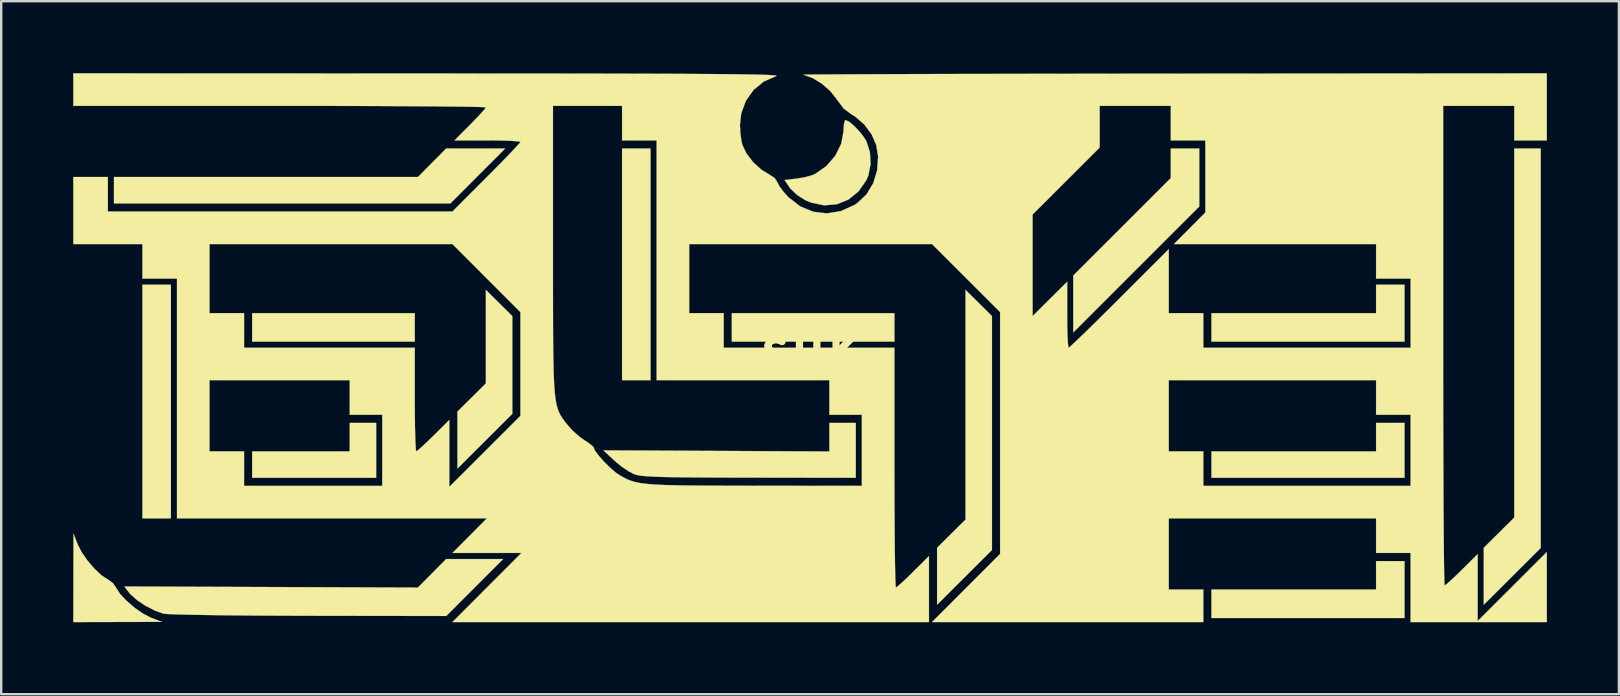
<source format=kicad_pcb>
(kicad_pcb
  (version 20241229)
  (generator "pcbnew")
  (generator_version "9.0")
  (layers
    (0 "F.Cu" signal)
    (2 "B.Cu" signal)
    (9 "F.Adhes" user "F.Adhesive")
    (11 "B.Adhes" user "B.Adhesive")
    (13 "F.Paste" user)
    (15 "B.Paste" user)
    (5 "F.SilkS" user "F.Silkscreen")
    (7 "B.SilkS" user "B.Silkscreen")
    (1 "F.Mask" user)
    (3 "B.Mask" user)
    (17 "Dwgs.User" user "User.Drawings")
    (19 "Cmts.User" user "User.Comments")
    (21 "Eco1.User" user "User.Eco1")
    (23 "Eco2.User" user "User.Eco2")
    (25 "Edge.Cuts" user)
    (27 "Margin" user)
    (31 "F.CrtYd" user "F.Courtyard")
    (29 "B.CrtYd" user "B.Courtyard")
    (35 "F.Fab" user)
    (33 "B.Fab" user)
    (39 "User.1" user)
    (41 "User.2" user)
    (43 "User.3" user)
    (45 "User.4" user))
  (footprint "silk"
    (layer "F.Cu")
    (at 30.654 11.435)
    (property "Reference" "silk" (at 0 0 0) (layer "F.SilkS") (effects (font (size 1.524 1.524) (thickness 0.3))))
    (attr through_hole)
    (fp_poly (pts (xy -26.585 7.112) (xy -27.771 7.112) (xy -27.771 -2.625) (xy -26.585 -2.625) (xy -26.585 7.112)) (stroke (width 0.01) (type solid)) (fill yes) (layer "F.SilkS"))
    (fp_poly (pts (xy -16.425 -0.254) (xy -23.199 -0.254) (xy -23.199 -1.439) (xy -16.425 -1.439) (xy -16.425 -0.254)) (stroke (width 0.01) (type solid)) (fill yes) (layer "F.SilkS"))
    (fp_poly (pts (xy -6.604 1.355) (xy -7.789 1.355) (xy -7.789 -8.297) (xy -6.604 -8.297) (xy -6.604 1.355)) (stroke (width 0.01) (type solid)) (fill yes) (layer "F.SilkS"))
    (fp_poly (pts (xy 3.556 -0.254) (xy -3.217 -0.254) (xy -3.217 -1.439) (xy 3.556 -1.439) (xy 3.556 -0.254)) (stroke (width 0.01) (type solid)) (fill yes) (layer "F.SilkS"))
    (fp_poly (pts (xy -18.034 5.419) (xy -23.199 5.419) (xy -23.199 4.318) (xy -19.135 4.318) (xy -19.135 3.133) (xy -18.034 3.133) (xy -18.034 5.419)) (stroke (width 0.01) (type solid)) (fill yes) (layer "F.SilkS"))
    (fp_poly (pts (xy 24.807 -0.254) (xy 16.764 -0.254) (xy 16.764 -1.439) (xy 23.622 -1.439) (xy 23.622 -2.625) (xy 24.807 -2.625) (xy 24.807 -0.254)) (stroke (width 0.01) (type solid)) (fill yes) (layer "F.SilkS"))
    (fp_poly (pts (xy 24.807 5.419) (xy 16.764 5.419) (xy 16.764 4.318) (xy 23.622 4.318) (xy 23.622 3.133) (xy 24.807 3.133) (xy 24.807 5.419)) (stroke (width 0.01) (type solid)) (fill yes) (layer "F.SilkS"))
    (fp_poly (pts (xy 24.807 11.261) (xy 16.764 11.261) (xy 16.764 10.075) (xy 23.622 10.075) (xy 23.622 8.89) (xy 24.807 8.89) (xy 24.807 11.261)) (stroke (width 0.01) (type solid)) (fill yes) (layer "F.SilkS"))
    (fp_poly (pts (xy -13.801 -7.154) (xy -14.941 -6.011) (xy -28.956 -6.011) (xy -28.956 -7.112) (xy -16.294 -7.112) (xy -15.118 -8.297) (xy -12.66 -8.297) (xy -13.801 -7.154)) (stroke (width 0.01) (type solid)) (fill yes) (layer "F.SilkS"))
    (fp_poly (pts (xy 16.256 -5.883) (xy 13.631 -3.26) (xy 11.007 -0.636) (xy 11.007 -3.007) (xy 15.071 -7.068) (xy 15.071 -8.297) (xy 16.256 -8.297) (xy 16.256 -5.883)) (stroke (width 0.01) (type solid)) (fill yes) (layer "F.SilkS"))
    (fp_poly (pts (xy 30.48 8.342) (xy 29.295 9.525) (xy 28.109 10.708) (xy 28.109 8.335) (xy 29.379 7.074) (xy 29.379 -8.297) (xy 30.48 -8.297) (xy 30.48 8.342)) (stroke (width 0.01) (type solid)) (fill yes) (layer "F.SilkS"))
    (fp_poly (pts (xy -12.912 -1.863) (xy -12.361 -1.317) (xy -12.361 2.754) (xy -13.504 3.895) (xy -14.647 5.035) (xy -14.647 2.662) (xy -14.055 2.074) (xy -13.462 1.486) (xy -13.462 -2.408) (xy -12.912 -1.863)) (stroke (width 0.01) (type solid)) (fill yes) (layer "F.SilkS"))
    (fp_poly (pts (xy 7.07 -1.863) (xy 7.62 -1.317) (xy 7.62 8.427) (xy 6.477 9.567) (xy 5.334 10.708) (xy 5.334 8.335) (xy 5.927 7.747) (xy 6.519 7.159) (xy 6.519 -2.408) (xy 7.07 -1.863)) (stroke (width 0.01) (type solid)) (fill yes) (layer "F.SilkS"))
    (fp_poly (pts (xy -30.47 8.191) (xy -30.303 8.518) (xy -30.058 8.871) (xy -29.772 9.205) (xy -29.483 9.478) (xy -29.229 9.644) (xy -29.219 9.648) (xy -29.001 9.806) (xy -28.868 9.999) (xy -28.708 10.251) (xy -28.439 10.539) (xy -28.107 10.825) (xy -27.754 11.073) (xy -27.425 11.245) (xy -27.41 11.251) (xy -26.966 11.421) (xy -30.649 11.43) (xy -30.645 9.588) (xy -30.641 7.747) (xy -30.47 8.191)) (stroke (width 0.01) (type solid)) (fill yes) (layer "F.SilkS"))
    (fp_poly (pts (xy 1.947 5.419) (xy -2.477 5.412) (xy -3.483 5.41) (xy -4.333 5.406) (xy -5.043 5.401) (xy -5.626 5.394) (xy -6.095 5.385) (xy -6.465 5.372) (xy -6.751 5.356) (xy -6.965 5.337) (xy -7.123 5.313) (xy -7.237 5.285) (xy -7.266 5.276) (xy -7.515 5.151) (xy -7.815 4.947) (xy -8.099 4.711) (xy -8.567 4.276) (xy 0.847 4.323) (xy 0.847 3.133) (xy 1.947 3.133) (xy 1.947 5.419)) (stroke (width 0.01) (type solid)) (fill yes) (layer "F.SilkS"))
    (fp_poly (pts (xy -13.928 9.991) (xy -15.111 11.176) (xy -20.827 11.167) (xy -21.805 11.164) (xy -22.741 11.16) (xy -23.619 11.153) (xy -24.424 11.145) (xy -25.142 11.135) (xy -25.758 11.124) (xy -26.256 11.112) (xy -26.622 11.1) (xy -26.841 11.086) (xy -26.889 11.08) (xy -27.243 10.957) (xy -27.633 10.756) (xy -27.997 10.513) (xy -28.275 10.266) (xy -28.329 10.202) (xy -28.522 9.948) (xy -16.296 9.993) (xy -15.707 9.399) (xy -15.118 8.805) (xy -12.745 8.805) (xy -13.928 9.991)) (stroke (width 0.01) (type solid)) (fill yes) (layer "F.SilkS"))
    (fp_poly (pts (xy 1.663 -9.42) (xy 1.861 -9.257) (xy 2.077 -9.033) (xy 2.272 -8.789) (xy 2.389 -8.602) (xy 2.535 -8.154) (xy 2.564 -7.657) (xy 2.474 -7.181) (xy 2.392 -6.985) (xy 2.062 -6.512) (xy 1.644 -6.173) (xy 1.161 -5.977) (xy 0.637 -5.93) (xy 0.094 -6.041) (xy -0.156 -6.147) (xy -0.494 -6.361) (xy -0.761 -6.613) (xy -0.809 -6.677) (xy -1.019 -6.985) (xy -0.517 -7.043) (xy -0.194 -7.097) (xy 0.099 -7.175) (xy 0.237 -7.23) (xy 0.717 -7.562) (xy 1.091 -7.992) (xy 1.338 -8.489) (xy 1.437 -9.022) (xy 1.439 -9.081) (xy 1.454 -9.315) (xy 1.494 -9.46) (xy 1.521 -9.483) (xy 1.663 -9.42)) (stroke (width 0.01) (type solid)) (fill yes) (layer "F.SilkS"))
    (fp_poly (pts (xy 30.734 -8.636) (xy 29.379 -8.636) (xy 29.379 -10.075) (xy 26.416 -10.075) (xy 26.416 -0.085) (xy 26.417 1.201) (xy 26.418 2.438) (xy 26.42 3.617) (xy 26.424 4.727) (xy 26.428 5.758) (xy 26.432 6.699) (xy 26.438 7.539) (xy 26.444 8.269) (xy 26.45 8.878) (xy 26.457 9.356) (xy 26.465 9.691) (xy 26.473 9.874) (xy 26.478 9.906) (xy 26.559 9.85) (xy 26.732 9.697) (xy 26.971 9.473) (xy 27.197 9.252) (xy 27.855 8.598) (xy 27.855 11.386) (xy 29.295 9.948) (xy 30.734 8.511) (xy 30.734 11.43) (xy 25.061 11.43) (xy 25.061 8.551) (xy 23.622 8.551) (xy 23.622 7.112) (xy 14.986 7.112) (xy 14.986 10.075) (xy 16.425 10.075) (xy 16.425 11.43) (xy 5.124 11.43) (xy 6.541 10.011) (xy 7.959 8.592) (xy 7.959 1.355) (xy 14.986 1.355) (xy 14.986 4.318) (xy 16.425 4.318) (xy 16.425 5.757) (xy 25.061 5.757) (xy 25.061 2.794) (xy 23.622 2.794) (xy 23.622 1.355) (xy 14.986 1.355) (xy 7.959 1.355) (xy 7.959 -1.484) (xy 6.54 -2.901) (xy 5.121 -4.318) (xy 0.063 -4.318) (xy -4.995 -4.318) (xy -4.995 -1.439) (xy -3.556 -1.439) (xy -3.556 0) (xy 3.556 0) (xy 3.556 4.995) (xy 3.557 5.898) (xy 3.56 6.747) (xy 3.565 7.53) (xy 3.571 8.231) (xy 3.578 8.835) (xy 3.587 9.328) (xy 3.597 9.695) (xy 3.607 9.92) (xy 3.618 9.991) (xy 3.699 9.934) (xy 3.872 9.782) (xy 4.111 9.558) (xy 4.337 9.336) (xy 4.995 8.682) (xy 4.995 11.43) (xy -14.857 11.43) (xy -13.42 9.991) (xy -11.982 8.551) (xy -14.855 8.551) (xy -14.139 7.832) (xy -13.423 7.112) (xy -26.331 7.112) (xy -26.331 1.355) (xy -24.977 1.355) (xy -24.977 4.318) (xy -23.537 4.318) (xy -23.537 5.757) (xy -17.78 5.757) (xy -17.78 2.794) (xy -19.135 2.794) (xy -19.135 1.355) (xy -24.977 1.355) (xy -26.331 1.355) (xy -26.331 -2.879) (xy -27.771 -2.879) (xy -27.771 -4.318) (xy -24.977 -4.318) (xy -24.977 -1.439) (xy -23.537 -1.439) (xy -23.537 0) (xy -16.425 0) (xy -16.425 2.159) (xy -16.423 2.744) (xy -16.417 3.268) (xy -16.406 3.71) (xy -16.394 4.047) (xy -16.378 4.257) (xy -16.364 4.318) (xy -16.282 4.262) (xy -16.109 4.109) (xy -15.871 3.885) (xy -15.644 3.664) (xy -14.986 3.01) (xy -14.986 5.798) (xy -13.504 4.318) (xy -12.023 2.838) (xy -12.023 -1.48) (xy -13.421 -2.88) (xy -10.668 -2.88) (xy -10.667 -1.837) (xy -10.665 -0.939) (xy -10.661 -0.173) (xy -10.652 0.473) (xy -10.64 1.012) (xy -10.622 1.456) (xy -10.598 1.817) (xy -10.566 2.109) (xy -10.526 2.342) (xy -10.477 2.531) (xy -10.418 2.687) (xy -10.348 2.822) (xy -10.266 2.949) (xy -10.171 3.081) (xy -10.111 3.161) (xy -9.859 3.446) (xy -9.552 3.717) (xy -9.392 3.83) (xy -9.167 3.98) (xy -9.016 4.101) (xy -8.975 4.154) (xy -8.915 4.291) (xy -8.76 4.501) (xy -8.543 4.745) (xy -8.298 4.989) (xy -8.06 5.195) (xy -7.903 5.304) (xy -7.74 5.397) (xy -7.585 5.477) (xy -7.422 5.543) (xy -7.238 5.597) (xy -7.017 5.641) (xy -6.745 5.675) (xy -6.405 5.702) (xy -5.984 5.721) (xy -5.467 5.734) (xy -4.838 5.742) (xy -4.083 5.747) (xy -3.187 5.75) (xy -2.265 5.752) (xy 2.201 5.757) (xy 2.201 2.794) (xy 0.847 2.794) (xy 0.847 1.355) (xy -6.35 1.355) (xy -6.35 -5.548) (xy 9.313 -5.548) (xy 9.313 -1.316) (xy 10.033 -2.032) (xy 10.753 -2.748) (xy 10.753 -1.374) (xy 10.756 -0.913) (xy 10.766 -0.518) (xy 10.782 -0.217) (xy 10.801 -0.038) (xy 10.816 0) (xy 10.888 -0.058) (xy 11.066 -0.222) (xy 11.335 -0.479) (xy 11.68 -0.814) (xy 12.088 -1.215) (xy 12.545 -1.667) (xy 12.932 -2.053) (xy 14.986 -4.105) (xy 14.986 -1.439) (xy 16.425 -1.439) (xy 16.425 0) (xy 25.061 0) (xy 25.061 -2.879) (xy 23.622 -2.879) (xy 23.622 -4.318) (xy 15.202 -4.318) (xy 15.856 -4.976) (xy 16.51 -5.634) (xy 16.51 -8.636) (xy 15.071 -8.636) (xy 15.071 -10.075) (xy 12.107 -10.075) (xy 12.107 -8.338) (xy 9.313 -5.548) (xy -6.35 -5.548) (xy -6.35 -8.636) (xy -7.789 -8.636) (xy -7.789 -10.075) (xy -10.668 -10.075) (xy -10.668 -4.079) (xy -10.668 -2.88) (xy -13.421 -2.88) (xy -13.44 -2.899) (xy -14.857 -4.318) (xy -19.917 -4.318) (xy -24.977 -4.318) (xy -27.771 -4.318) (xy -30.649 -4.318) (xy -30.649 -7.112) (xy -29.21 -7.112) (xy -29.21 -5.673) (xy -14.857 -5.673) (xy -13.44 -7.092) (xy -13.041 -7.493) (xy -12.686 -7.856) (xy -12.391 -8.162) (xy -12.172 -8.396) (xy -12.047 -8.538) (xy -12.023 -8.573) (xy -12.103 -8.594) (xy -12.324 -8.612) (xy -12.658 -8.626) (xy -13.077 -8.634) (xy -13.397 -8.636) (xy -14.77 -8.636) (xy -14.116 -9.294) (xy -13.852 -9.566) (xy -13.638 -9.794) (xy -13.501 -9.954) (xy -13.462 -10.014) (xy -13.545 -10.022) (xy -13.786 -10.03) (xy -14.173 -10.038) (xy -14.697 -10.045) (xy -15.344 -10.052) (xy -16.105 -10.058) (xy -16.967 -10.063) (xy -17.921 -10.068) (xy -18.953 -10.071) (xy -20.053 -10.074) (xy -21.211 -10.075) (xy -22.056 -10.075) (xy -30.649 -10.075) (xy -30.649 -11.43) (xy -15.812 -11.424) (xy -13.917 -11.423) (xy -12.184 -11.422) (xy -10.609 -11.421) (xy -9.183 -11.419) (xy -7.901 -11.416) (xy -6.756 -11.413) (xy -5.741 -11.41) (xy -4.851 -11.405) (xy -4.078 -11.401) (xy -3.417 -11.395) (xy -2.86 -11.389) (xy -2.402 -11.381) (xy -2.036 -11.373) (xy -1.755 -11.364) (xy -1.553 -11.354) (xy -1.423 -11.343) (xy -1.36 -11.331) (xy -1.356 -11.318) (xy -1.379 -11.31) (xy -1.887 -11.089) (xy -2.311 -10.74) (xy -2.631 -10.288) (xy -2.826 -9.76) (xy -2.879 -9.287) (xy -2.861 -8.942) (xy -2.816 -8.609) (xy -2.779 -8.45) (xy -2.606 -8.09) (xy -2.326 -7.726) (xy -1.99 -7.418) (xy -1.707 -7.245) (xy -1.429 -7.067) (xy -1.316 -6.883) (xy -1.23 -6.717) (xy -1.058 -6.488) (xy -0.854 -6.264) (xy -0.366 -5.886) (xy 0.173 -5.663) (xy 0.741 -5.596) (xy 1.316 -5.688) (xy 1.879 -5.94) (xy 2.007 -6.023) (xy 2.394 -6.387) (xy 2.675 -6.857) (xy 2.84 -7.396) (xy 2.877 -7.968) (xy 2.801 -8.442) (xy 2.607 -8.888) (xy 2.296 -9.305) (xy 1.916 -9.632) (xy 1.79 -9.707) (xy 1.447 -9.96) (xy 1.157 -10.343) (xy 1.155 -10.348) (xy 0.888 -10.689) (xy 0.534 -10.998) (xy 0.147 -11.237) (xy -0.22 -11.367) (xy -0.242 -11.37) (xy -0.182 -11.374) (xy 0.039 -11.378) (xy 0.413 -11.381) (xy 0.932 -11.385) (xy 1.587 -11.388) (xy 2.371 -11.392) (xy 3.275 -11.395) (xy 4.291 -11.399) (xy 5.41 -11.402) (xy 6.626 -11.405) (xy 7.928 -11.407) (xy 9.31 -11.41) (xy 10.763 -11.412) (xy 12.279 -11.414) (xy 13.85 -11.416) (xy 15.134 -11.417) (xy 30.734 -11.43) (xy 30.734 -8.636)) (stroke (width 0.01) (type solid)) (fill yes) (layer "F.SilkS")))
  (gr_rect
    (start -3 -3)
    (end 64.393 25.87)
    (stroke (width 0.1) (type default))
    (fill no)
    (layer "Edge.Cuts")))
</source>
